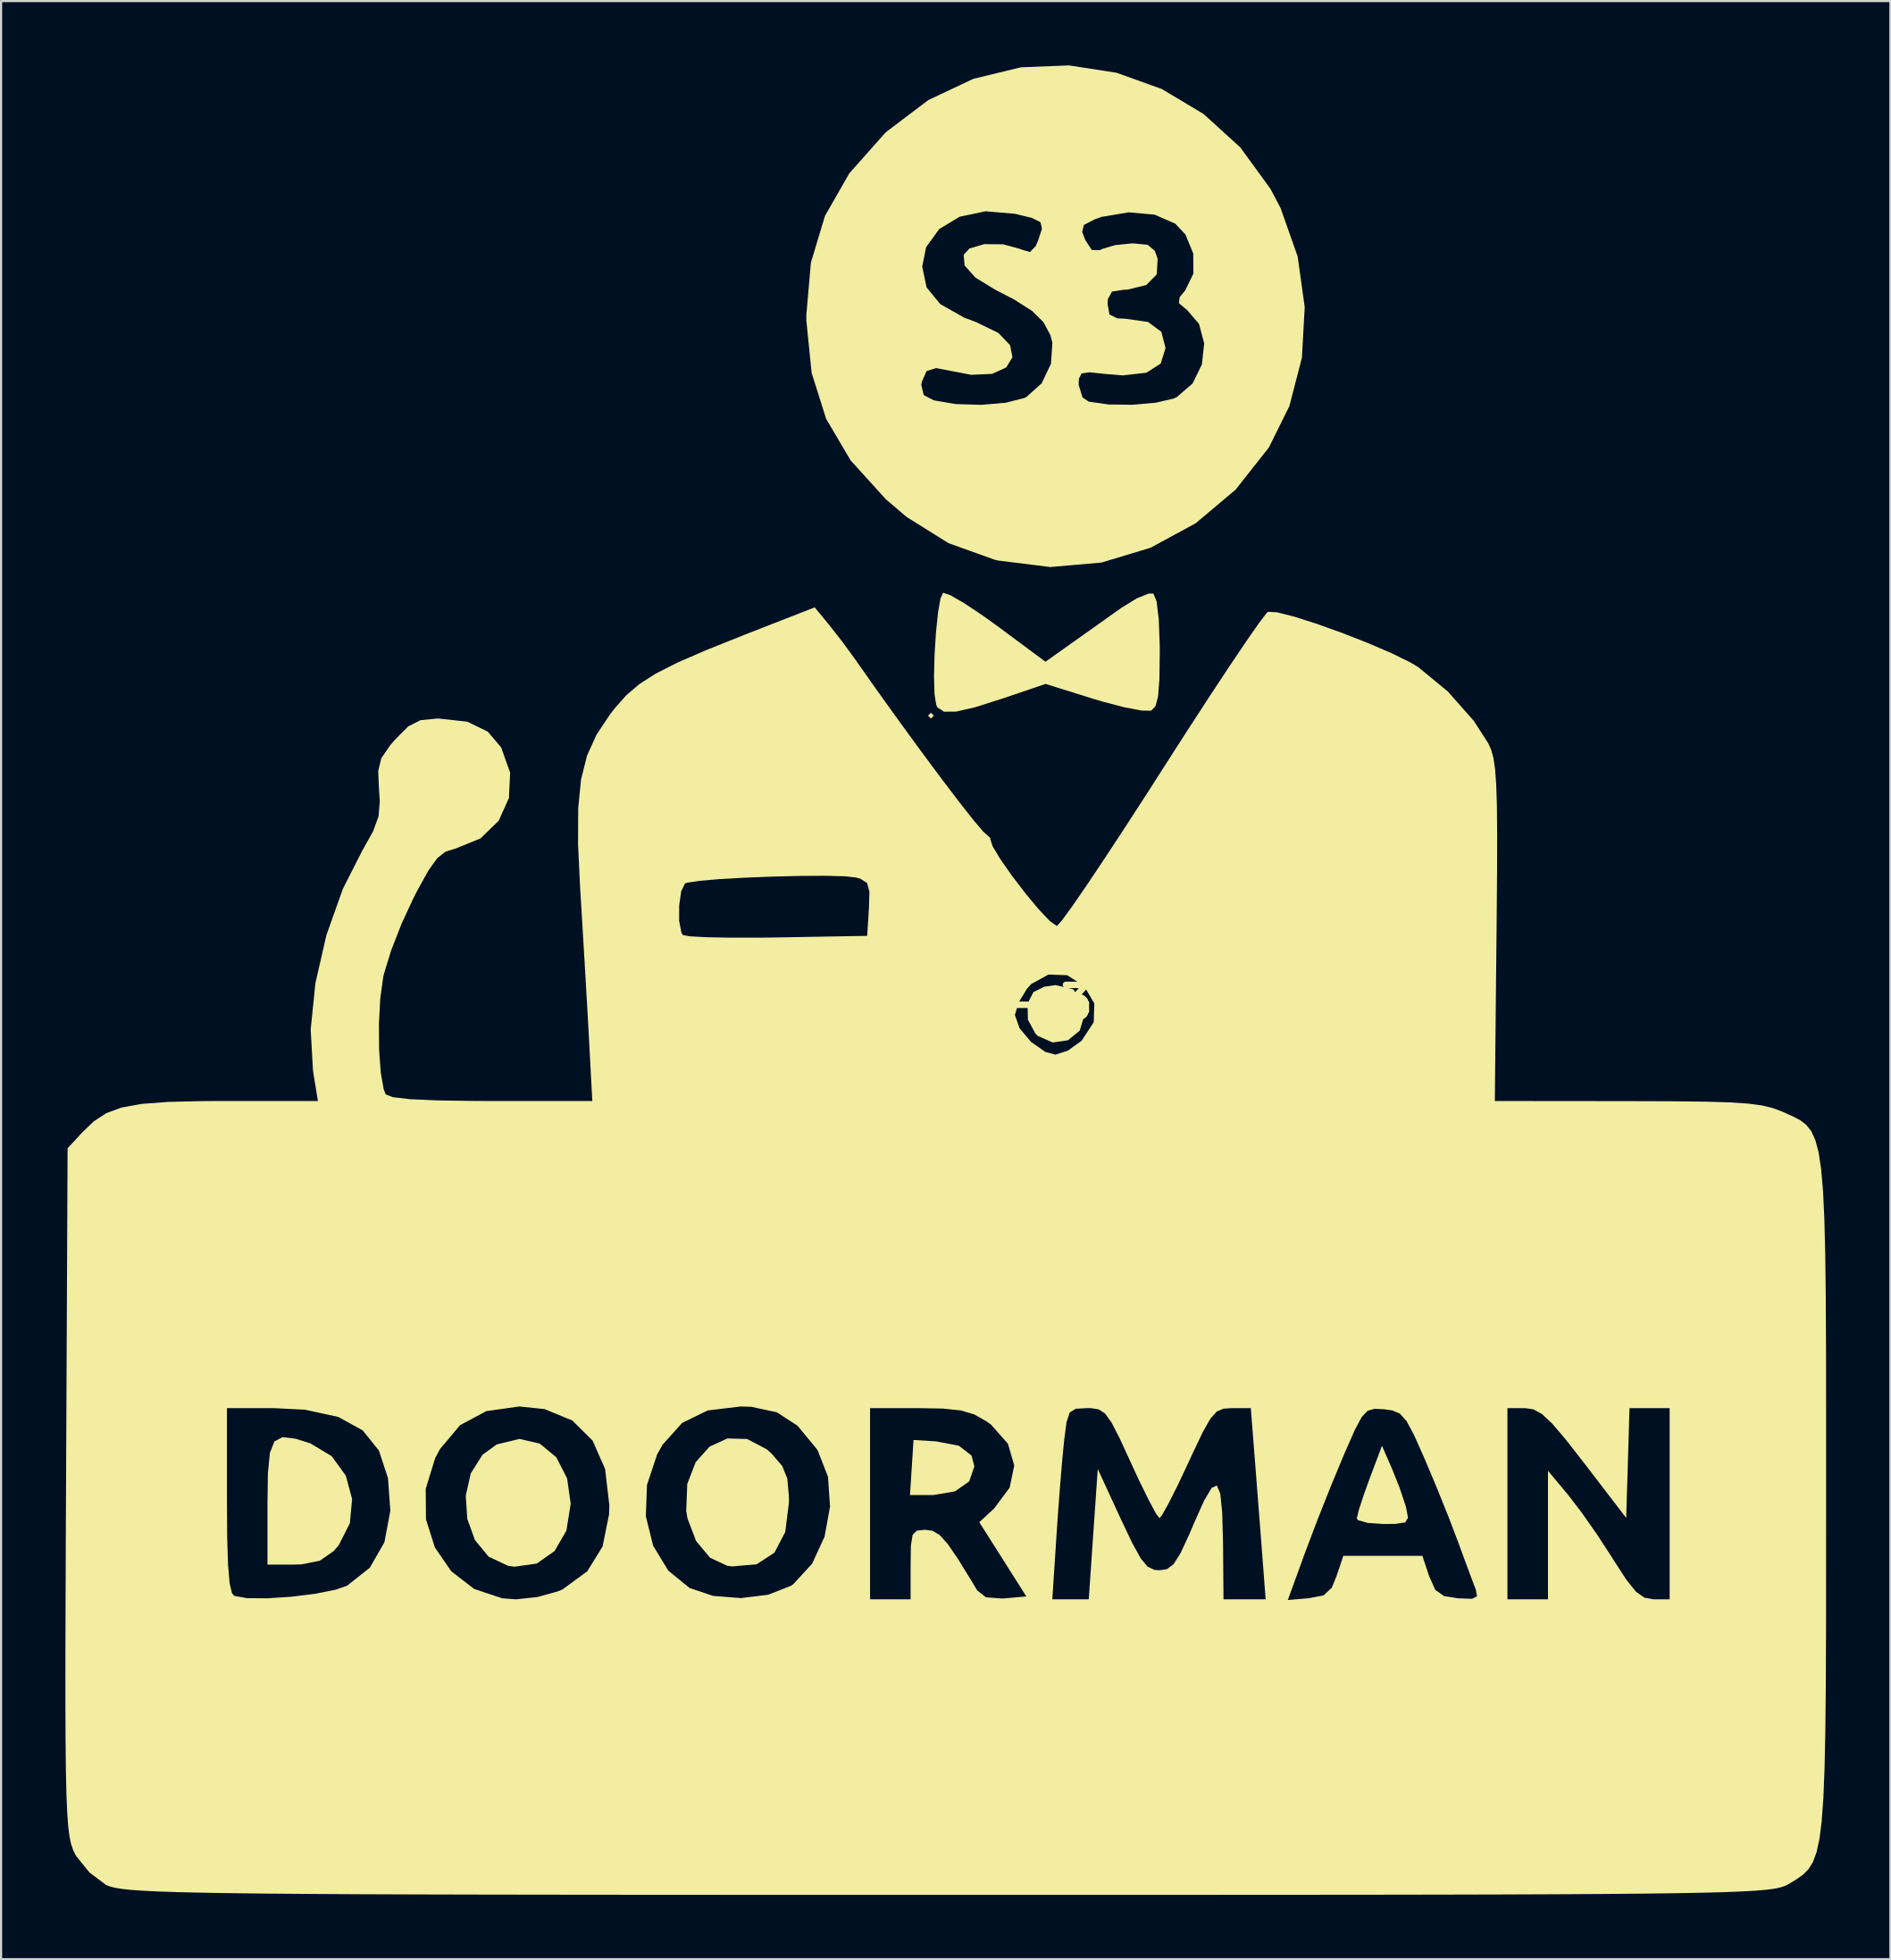
<source format=kicad_pcb>
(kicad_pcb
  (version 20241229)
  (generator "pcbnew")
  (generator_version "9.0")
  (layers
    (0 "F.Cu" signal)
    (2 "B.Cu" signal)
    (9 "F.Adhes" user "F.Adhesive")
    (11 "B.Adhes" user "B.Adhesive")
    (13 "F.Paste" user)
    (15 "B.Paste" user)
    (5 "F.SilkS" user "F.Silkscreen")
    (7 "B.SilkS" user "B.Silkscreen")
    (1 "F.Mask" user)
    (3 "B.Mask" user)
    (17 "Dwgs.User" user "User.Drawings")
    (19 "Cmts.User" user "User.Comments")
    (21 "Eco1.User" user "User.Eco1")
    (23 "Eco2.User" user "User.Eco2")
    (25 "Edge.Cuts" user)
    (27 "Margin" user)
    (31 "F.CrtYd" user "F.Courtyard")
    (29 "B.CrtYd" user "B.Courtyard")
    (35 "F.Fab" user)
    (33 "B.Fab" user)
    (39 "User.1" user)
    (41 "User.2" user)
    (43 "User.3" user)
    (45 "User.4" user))
  (footprint "doorman-s3"
    (layer "F.Cu")
    (at 40.769 43.697)
    (property "Reference" "doorman-s3" (at 0 0 0) (layer "F.SilkS") (effects (font (size 1.5 1.5) (thickness 0.3))))
    (attr board_only exclude_from_pos_files exclude_from_bom)
    (fp_poly (pts (xy -0.27 -13.376) (xy -0.405 -13.24) (xy -0.54 -13.376) (xy -0.405 -13.511)) (stroke (width 0) (type solid)) (fill yes) (layer "F.SilkS"))
    (fp_poly (pts (xy -0.168 20.465) (xy 0.899 20.669) (xy 1.49 21.126) (xy 1.621 21.631) (xy 1.38 22.333) (xy 0.713 22.798) (xy -0.296 22.968) (xy -0.304 22.968) (xy -1.381 22.968) (xy -1.298 21.685) (xy -1.216 20.401)) (stroke (width 0) (type solid)) (fill yes) (layer "F.SilkS"))
    (fp_poly (pts (xy 6.224 -0.619) (xy 6.667 -0.041) (xy 6.755 0.585) (xy 6.535 1.313) (xy 5.987 1.761) (xy 5.279 1.865) (xy 4.579 1.559) (xy 4.478 1.467) (xy 4.118 0.804) (xy 4.102 0.045) (xy 4.377 -0.486) (xy 4.883 -0.736) (xy 5.404 -0.811)) (stroke (width 0) (type solid)) (fill yes) (layer "F.SilkS"))
    (fp_poly (pts (xy 21.103 21.752) (xy 21.451 22.623) (xy 21.72 23.426) (xy 21.761 23.576) (xy 21.844 24.028) (xy 21.715 24.246) (xy 21.249 24.314) (xy 20.701 24.319) (xy 19.965 24.269) (xy 19.518 24.141) (xy 19.455 24.059) (xy 19.545 23.684) (xy 19.777 22.973) (xy 20.043 22.235) (xy 20.631 20.671)) (stroke (width 0) (type solid)) (fill yes) (layer "F.SilkS"))
    (fp_poly (pts (xy -30.046 20.339) (xy -29.344 20.559) (xy -28.348 21.158) (xy -27.69 22.066) (xy -27.399 23.152) (xy -27.502 24.282) (xy -28.029 25.321) (xy -28.265 25.587) (xy -28.902 26.03) (xy -29.755 26.201) (xy -30.116 26.211) (xy -31.345 26.211) (xy -31.345 23.365) (xy -31.325 21.949) (xy -31.233 21.006) (xy -31.021 20.468) (xy -30.642 20.268)) (stroke (width 0) (type solid)) (fill yes) (layer "F.SilkS"))
    (fp_poly (pts (xy -18.645 20.57) (xy -17.877 21.205) (xy -17.371 22.192) (xy -17.204 23.373) (xy -17.403 24.624) (xy -17.954 25.577) (xy -18.785 26.162) (xy -19.826 26.31) (xy -20.131 26.266) (xy -21.033 25.841) (xy -21.67 25.067) (xy -22.028 24.076) (xy -22.097 22.997) (xy -21.864 21.958) (xy -21.317 21.09) (xy -20.655 20.609) (xy -19.596 20.351)) (stroke (width 0) (type solid)) (fill yes) (layer "F.SilkS"))
    (fp_poly (pts (xy -8.978 20.354) (xy -8.054 20.839) (xy -7.815 21.056) (xy -7.337 21.617) (xy -7.101 22.2) (xy -7.028 23.034) (xy -7.026 23.316) (xy -7.198 24.691) (xy -7.704 25.656) (xy -8.532 26.196) (xy -9.667 26.297) (xy -9.897 26.269) (xy -10.703 25.893) (xy -11.356 25.112) (xy -11.758 24.058) (xy -11.816 23.705) (xy -11.768 22.452) (xy -11.376 21.434) (xy -10.723 20.708) (xy -9.896 20.329)) (stroke (width 0) (type solid)) (fill yes) (layer "F.SilkS"))
    (fp_poly (pts (xy 0.496 -18.996) (xy 1.148 -18.619) (xy 2.018 -18.04) (xy 2.702 -17.548) (xy 4.937 -15.89) (xy 6.117 -16.727) (xy 7.092 -17.419) (xy 8.141 -18.164) (xy 8.484 -18.407) (xy 9.198 -18.846) (xy 9.76 -19.071) (xy 9.971 -19.067) (xy 10.119 -18.706) (xy 10.22 -17.882) (xy 10.266 -16.671) (xy 10.268 -16.323) (xy 10.251 -15.073) (xy 10.188 -14.267) (xy 10.067 -13.812) (xy 9.873 -13.613) (xy 9.859 -13.607) (xy 9.427 -13.612) (xy 8.629 -13.763) (xy 7.609 -14.028) (xy 7.194 -14.152) (xy 4.94 -14.855) (xy 2.963 -14.183) (xy 1.653 -13.766) (xy 0.758 -13.562) (xy 0.201 -13.561) (xy -0.097 -13.757) (xy -0.155 -13.87) (xy -0.236 -14.374) (xy -0.26 -15.201) (xy -0.235 -16.206) (xy -0.17 -17.245) (xy -0.075 -18.171) (xy 0.042 -18.841) (xy 0.166 -19.106)) (stroke (width 0) (type solid)) (fill yes) (layer "F.SilkS"))
    (fp_poly (pts (xy 8.252 -43.355) (xy 10.367 -42.595) (xy 12.314 -41.429) (xy 14.025 -39.872) (xy 15.433 -37.937) (xy 15.902 -37.046) (xy 16.698 -34.789) (xy 17.028 -32.427) (xy 16.897 -30.065) (xy 16.311 -27.805) (xy 15.358 -25.883) (xy 13.807 -23.916) (xy 11.943 -22.347) (xy 9.834 -21.203) (xy 7.55 -20.514) (xy 5.158 -20.306) (xy 2.726 -20.609) (xy 2.567 -20.647) (xy 0.414 -21.42) (xy -1.547 -22.646) (xy -2.507 -23.466) (xy -4.149 -25.278) (xy -5.291 -27.216) (xy -5.79 -28.796) (xy -0.856 -28.796) (xy -0.739 -28.323) (xy -0.27 -28.079) (xy 0.749 -27.905) (xy 1.939 -27.87) (xy 3.078 -27.966) (xy 3.945 -28.186) (xy 4.044 -28.233) (xy 4.687 -28.807) (xy 6.485 -28.807) (xy 6.664 -28.215) (xy 6.958 -28.018) (xy 7.879 -27.886) (xy 8.994 -27.873) (xy 10.079 -27.968) (xy 10.91 -28.161) (xy 11.054 -28.224) (xy 11.798 -28.864) (xy 12.233 -29.754) (xy 12.339 -30.734) (xy 12.098 -31.643) (xy 11.549 -32.282) (xy 11.162 -32.608) (xy 11.199 -32.898) (xy 11.453 -33.202) (xy 11.835 -33.988) (xy 11.83 -34.924) (xy 11.466 -35.811) (xy 10.991 -36.317) (xy 10.03 -36.737) (xy 8.818 -36.846) (xy 7.554 -36.632) (xy 7.231 -36.518) (xy 6.728 -36.258) (xy 6.651 -35.929) (xy 6.796 -35.552) (xy 7.097 -35.092) (xy 7.461 -35.079) (xy 7.587 -35.139) (xy 8.186 -35.317) (xy 8.98 -35.398) (xy 9.029 -35.398) (xy 9.704 -35.332) (xy 10.037 -35.053) (xy 10.168 -34.68) (xy 10.128 -33.954) (xy 9.637 -33.455) (xy 8.759 -33.24) (xy 8.595 -33.236) (xy 8.04 -33.151) (xy 7.848 -32.799) (xy 7.836 -32.561) (xy 7.921 -32.082) (xy 8.284 -31.903) (xy 8.665 -31.885) (xy 9.721 -31.734) (xy 10.341 -31.274) (xy 10.538 -30.518) (xy 10.313 -29.794) (xy 9.645 -29.367) (xy 8.55 -29.242) (xy 7.769 -29.305) (xy 6.997 -29.387) (xy 6.62 -29.332) (xy 6.496 -29.085) (xy 6.485 -28.807) (xy 4.687 -28.807) (xy 4.76 -28.872) (xy 5.194 -29.788) (xy 5.261 -30.764) (xy 5.17 -31.114) (xy 4.847 -31.719) (xy 4.316 -32.246) (xy 3.466 -32.787) (xy 2.595 -33.236) (xy 1.67 -33.803) (xy 1.167 -34.365) (xy 1.122 -34.866) (xy 1.392 -35.159) (xy 2.083 -35.363) (xy 2.972 -35.354) (xy 3.764 -35.137) (xy 3.803 -35.117) (xy 4.213 -34.995) (xy 4.479 -35.266) (xy 4.604 -35.56) (xy 4.773 -36.081) (xy 4.706 -36.386) (xy 4.304 -36.585) (xy 3.515 -36.778) (xy 2.143 -36.895) (xy 0.935 -36.64) (xy -0.019 -36.065) (xy -0.629 -35.22) (xy -0.811 -34.313) (xy -0.607 -33.346) (xy 0.03 -32.568) (xy 1.143 -31.938) (xy 1.71 -31.724) (xy 2.739 -31.223) (xy 3.289 -30.65) (xy 3.398 -30.085) (xy 3.106 -29.612) (xy 2.451 -29.313) (xy 1.471 -29.27) (xy 0.634 -29.43) (xy -0.164 -29.583) (xy -0.606 -29.443) (xy -0.825 -28.953) (xy -0.856 -28.796) (xy -5.79 -28.796) (xy -5.968 -29.359) (xy -6.213 -31.785) (xy -6.215 -32.052) (xy -6.002 -34.502) (xy -5.344 -36.684) (xy -4.21 -38.665) (xy -2.57 -40.515) (xy -2.46 -40.618) (xy -0.525 -42.082) (xy 1.581 -43.074) (xy 3.791 -43.608) (xy 6.038 -43.697)) (stroke (width 0) (type solid)) (fill yes) (layer "F.SilkS"))
    (fp_poly (pts (xy -5.191 -17.657) (xy -4.573 -16.871) (xy -3.972 -16.051) (xy -3.966 -16.043) (xy -2.938 -14.582) (xy -1.884 -13.114) (xy -0.855 -11.705) (xy 0.101 -10.419) (xy 0.934 -9.325) (xy 1.594 -8.487) (xy 2.031 -7.972) (xy 2.188 -7.836) (xy 2.373 -7.663) (xy 2.364 -7.618) (xy 2.475 -7.278) (xy 2.847 -6.663) (xy 3.389 -5.891) (xy 4.012 -5.079) (xy 4.624 -4.344) (xy 5.134 -3.804) (xy 5.453 -3.576) (xy 5.482 -3.577) (xy 5.702 -3.823) (xy 6.174 -4.47) (xy 6.858 -5.464) (xy 7.717 -6.748) (xy 8.715 -8.267) (xy 9.814 -9.966) (xy 10.403 -10.888) (xy 11.539 -12.658) (xy 12.593 -14.278) (xy 13.527 -15.693) (xy 14.305 -16.847) (xy 14.888 -17.683) (xy 15.24 -18.146) (xy 15.319 -18.22) (xy 15.744 -18.194) (xy 16.542 -17.991) (xy 17.594 -17.655) (xy 18.78 -17.23) (xy 19.981 -16.76) (xy 21.077 -16.289) (xy 21.948 -15.862) (xy 22.318 -15.642) (xy 23.703 -14.502) (xy 24.918 -13.126) (xy 25.587 -12.088) (xy 25.722 -11.787) (xy 25.828 -11.409) (xy 25.905 -10.891) (xy 25.958 -10.168) (xy 25.99 -9.177) (xy 26.002 -7.853) (xy 25.998 -6.134) (xy 25.98 -3.954) (xy 25.974 -3.31) (xy 25.894 4.594) (xy 32.065 4.6) (xy 34.087 4.606) (xy 35.649 4.623) (xy 36.826 4.657) (xy 37.7 4.714) (xy 38.347 4.8) (xy 38.846 4.92) (xy 39.277 5.08) (xy 39.394 5.131) (xy 39.788 5.309) (xy 40.125 5.484) (xy 40.41 5.699) (xy 40.646 5.993) (xy 40.839 6.408) (xy 40.993 6.985) (xy 41.111 7.766) (xy 41.2 8.791) (xy 41.262 10.102) (xy 41.303 11.739) (xy 41.327 13.744) (xy 41.339 16.158) (xy 41.343 19.023) (xy 41.343 22.378) (xy 41.343 23.103) (xy 41.342 26.545) (xy 41.339 29.488) (xy 41.328 31.974) (xy 41.306 34.044) (xy 41.27 35.741) (xy 41.215 37.107) (xy 41.137 38.182) (xy 41.032 39.009) (xy 40.897 39.629) (xy 40.728 40.084) (xy 40.521 40.416) (xy 40.272 40.666) (xy 39.976 40.877) (xy 39.67 41.065) (xy 39.539 41.141) (xy 39.389 41.209) (xy 39.193 41.27) (xy 38.923 41.325) (xy 38.554 41.374) (xy 38.059 41.416) (xy 37.409 41.453) (xy 36.58 41.486) (xy 35.544 41.513) (xy 34.274 41.536) (xy 32.743 41.555) (xy 30.925 41.571) (xy 28.793 41.583) (xy 26.32 41.593) (xy 23.479 41.6) (xy 20.244 41.605) (xy 16.587 41.608) (xy 12.482 41.61) (xy 7.902 41.611) (xy 2.82 41.611) (xy 0.405 41.611) (xy -4.923 41.611) (xy -9.737 41.61) (xy -14.065 41.608) (xy -17.932 41.604) (xy -21.365 41.599) (xy -24.392 41.592) (xy -27.038 41.582) (xy -29.331 41.569) (xy -31.296 41.554) (xy -32.962 41.535) (xy -34.354 41.512) (xy -35.499 41.486) (xy -36.424 41.455) (xy -37.155 41.419) (xy -37.72 41.379) (xy -38.145 41.333) (xy -38.456 41.281) (xy -38.681 41.224) (xy -38.845 41.16) (xy -38.888 41.139) (xy -39.646 40.568) (xy -40.266 39.804) (xy -40.312 39.721) (xy -40.417 39.5) (xy -40.506 39.236) (xy -40.579 38.885) (xy -40.639 38.405) (xy -40.686 37.752) (xy -40.722 36.885) (xy -40.747 35.759) (xy -40.762 34.332) (xy -40.769 32.56) (xy -40.768 30.402) (xy -40.761 27.863) (xy 16.239 27.863) (xy 17.217 27.78) (xy 17.907 27.648) (xy 18.289 27.29) (xy 18.511 26.751) (xy 18.828 25.805) (xy 20.671 25.805) (xy 22.515 25.805) (xy 22.831 26.751) (xy 23.116 27.39) (xy 23.532 27.682) (xy 24.175 27.783) (xy 24.83 27.807) (xy 25.067 27.69) (xy 25.007 27.377) (xy 24.817 26.88) (xy 24.511 26.056) (xy 24.171 25.13) (xy 23.739 23.998) (xy 23.195 22.646) (xy 22.649 21.346) (xy 22.591 21.212) (xy 22.125 20.168) (xy 21.78 19.523) (xy 21.471 19.174) (xy 21.114 19.021) (xy 20.727 18.968) (xy 20.282 18.947) (xy 19.961 19.039) (xy 19.682 19.335) (xy 19.367 19.928) (xy 18.933 20.91) (xy 18.839 21.13) (xy 18.26 22.522) (xy 17.638 24.087) (xy 17.098 25.508) (xy 17.058 25.618) (xy 16.239 27.863) (xy -40.761 27.863) (xy -40.761 27.813) (xy -40.749 24.752) (xy -40.74 22.787) (xy -40.722 18.915) (xy -33.236 18.915) (xy -33.236 23.216) (xy -33.224 24.969) (xy -33.183 26.237) (xy -33.111 27.075) (xy -33.003 27.537) (xy -32.898 27.669) (xy -32.308 27.776) (xy -31.365 27.784) (xy -30.244 27.712) (xy -29.121 27.573) (xy -28.171 27.384) (xy -27.632 27.196) (xy -26.57 26.355) (xy -25.891 25.168) (xy -25.614 23.693) (xy -25.689 22.682) (xy -23.966 22.682) (xy -23.953 24.102) (xy -23.538 25.413) (xy -22.772 26.524) (xy -21.709 27.344) (xy -20.399 27.783) (xy -19.753 27.831) (xy -18.745 27.722) (xy -17.779 27.452) (xy -17.569 27.359) (xy -16.432 26.525) (xy -15.718 25.368) (xy -15.433 23.96) (xy -13.699 23.96) (xy -13.359 25.331) (xy -12.654 26.493) (xy -11.659 27.303) (xy -10.562 27.671) (xy -9.269 27.773) (xy -7.994 27.617) (xy -6.953 27.21) (xy -6.819 27.12) (xy -5.944 26.168) (xy -5.365 24.909) (xy -5.109 23.504) (xy -5.206 22.113) (xy -5.68 20.898) (xy -5.742 20.804) (xy -6.632 19.73) (xy -7.594 19.108) (xy -8.495 18.915) (xy -3.243 18.915) (xy -3.243 23.373) (xy -3.243 27.832) (xy -2.297 27.832) (xy -1.351 27.832) (xy 5.257 27.832) (xy 6.107 27.832) (xy 6.956 27.832) (xy 7.166 24.792) (xy 7.376 21.752) (xy 8.466 24.116) (xy 8.994 25.225) (xy 9.383 25.925) (xy 9.701 26.306) (xy 10.017 26.458) (xy 10.25 26.477) (xy 10.61 26.42) (xy 10.914 26.189) (xy 11.232 25.687) (xy 11.636 24.819) (xy 11.87 24.27) (xy 12.338 23.223) (xy 12.686 22.635) (xy 12.931 22.523) (xy 13.09 22.902) (xy 13.18 23.788) (xy 13.219 25.195) (xy 13.221 25.468) (xy 13.24 27.832) (xy 14.223 27.832) (xy 15.206 27.832) (xy 15.025 25.468) (xy 14.914 24.033) (xy 14.793 22.473) (xy 14.686 21.106) (xy 14.678 21.009) (xy 14.514 18.915) (xy 26.481 18.915) (xy 26.481 23.373) (xy 26.481 27.832) (xy 27.427 27.832) (xy 28.372 27.832) (xy 28.372 24.834) (xy 28.372 21.836) (xy 29.313 22.962) (xy 29.931 23.767) (xy 30.668 24.818) (xy 31.37 25.897) (xy 31.407 25.958) (xy 32.024 26.913) (xy 32.482 27.481) (xy 32.875 27.756) (xy 33.297 27.83) (xy 33.304 27.83) (xy 34.047 27.832) (xy 34.047 23.373) (xy 34.047 18.915) (xy 33.111 18.915) (xy 32.175 18.915) (xy 32.098 21.475) (xy 32.02 24.035) (xy 30.057 21.475) (xy 29.192 20.367) (xy 28.562 19.629) (xy 28.091 19.189) (xy 27.701 18.974) (xy 27.316 18.915) (xy 27.288 18.915) (xy 26.481 18.915) (xy 14.514 18.915) (xy 13.641 18.915) (xy 13.24 18.94) (xy 12.926 19.073) (xy 12.63 19.403) (xy 12.282 20.018) (xy 11.81 21.006) (xy 11.591 21.482) (xy 11.091 22.54) (xy 10.664 23.387) (xy 10.364 23.918) (xy 10.254 24.049) (xy 10.084 23.819) (xy 9.75 23.197) (xy 9.303 22.285) (xy 8.931 21.482) (xy 8.403 20.334) (xy 8.022 19.592) (xy 7.718 19.168) (xy 7.421 18.972) (xy 7.059 18.917) (xy 6.875 18.915) (xy 6.354 18.943) (xy 6.07 19.116) (xy 5.92 19.571) (xy 5.818 20.334) (xy 5.731 21.206) (xy 5.627 22.432) (xy 5.521 23.826) (xy 5.455 24.792) (xy 5.257 27.832) (xy -1.351 27.832) (xy -1.351 26.211) (xy -1.337 25.312) (xy -1.259 24.827) (xy -1.064 24.629) (xy -0.698 24.589) (xy -0.67 24.589) (xy -0.326 24.637) (xy 0.002 24.832) (xy 0.379 25.25) (xy 0.871 25.968) (xy 1.543 27.062) (xy 1.756 27.419) (xy 2.166 27.738) (xy 2.927 27.793) (xy 3.036 27.785) (xy 4.045 27.697) (xy 2.949 25.966) (xy 1.852 24.235) (xy 2.544 23.594) (xy 3.268 22.622) (xy 3.481 21.589) (xy 3.19 20.582) (xy 2.405 19.69) (xy 2.186 19.531) (xy 1.626 19.213) (xy 1.007 19.025) (xy 0.168 18.936) (xy -0.986 18.915) (xy -3.243 18.915) (xy -8.495 18.915) (xy -8.778 18.854) (xy -9.28 18.838) (xy -10.815 19.024) (xy -12.006 19.604) (xy -12.912 20.613) (xy -13.173 21.072) (xy -13.647 22.5) (xy -13.699 23.96) (xy -15.433 23.96) (xy -15.415 23.87) (xy -15.402 23.438) (xy -15.6 21.753) (xy -16.182 20.431) (xy -17.129 19.493) (xy -18.421 18.96) (xy -19.603 18.838) (xy -21.137 19.054) (xy -22.362 19.71) (xy -23.297 20.82) (xy -23.524 21.244) (xy -23.966 22.682) (xy -25.689 22.682) (xy -25.727 22.173) (xy -26.147 20.895) (xy -26.905 19.953) (xy -28.041 19.326) (xy -29.589 18.989) (xy -31.066 18.915) (xy -33.236 18.915) (xy -40.722 18.915) (xy -40.667 6.799) (xy -39.991 6.067) (xy -39.453 5.549) (xy -38.872 5.166) (xy -38.157 4.9) (xy -37.219 4.729) (xy -35.967 4.635) (xy -34.311 4.597) (xy -33.285 4.594) (xy -28.993 4.594) (xy -29.223 3.175) (xy -29.33 1.258) (xy -29.11 -0.898) (xy -28.598 -3.135) (xy -27.831 -5.293) (xy -26.933 -7.065) (xy -26.42 -7.981) (xy -26.165 -8.68) (xy -26.106 -9.383) (xy -26.143 -9.926) (xy -26.182 -10.791) (xy -26.036 -11.392) (xy -25.619 -11.998) (xy -25.402 -12.251) (xy -24.781 -12.874) (xy -24.21 -13.164) (xy -23.444 -13.24) (xy -23.358 -13.24) (xy -22.028 -13.095) (xy -21.071 -12.63) (xy -20.446 -11.892) (xy -20.028 -10.714) (xy -20.084 -9.537) (xy -20.561 -8.477) (xy -21.407 -7.652) (xy -22.567 -7.18) (xy -22.595 -7.174) (xy -23.041 -7.033) (xy -23.423 -6.734) (xy -23.827 -6.175) (xy -24.338 -5.255) (xy -24.529 -4.886) (xy -25.088 -3.682) (xy -25.578 -2.426) (xy -25.908 -1.354) (xy -25.947 -1.182) (xy -26.085 -0.189) (xy -26.147 0.992) (xy -26.139 2.2) (xy -26.063 3.274) (xy -25.923 4.054) (xy -25.828 4.287) (xy -25.508 4.414) (xy -24.714 4.507) (xy -23.428 4.566) (xy -21.628 4.592) (xy -20.917 4.594) (xy -16.196 4.594) (xy -16.351 1.689) (xy -16.412 0.589) (xy 3.513 0.589) (xy 3.733 1.207) (xy 4.268 1.84) (xy 4.931 2.304) (xy 5.404 2.432) (xy 5.977 2.248) (xy 6.597 1.803) (xy 6.632 1.769) (xy 7.188 0.919) (xy 7.217 0.046) (xy 6.745 -0.76) (xy 5.951 -1.272) (xy 5.076 -1.303) (xy 4.274 -0.86) (xy 4.073 -0.639) (xy 3.681 0.008) (xy 3.513 0.58) (xy 3.513 0.589) (xy -16.412 0.589) (xy -16.429 0.293) (xy -16.529 -1.434) (xy -16.639 -3.286) (xy -16.67 -3.805) (xy -12.146 -3.805) (xy -12.042 -3.259) (xy -11.973 -3.146) (xy -11.651 -3.086) (xy -10.887 -3.044) (xy -9.776 -3.022) (xy -8.417 -3.022) (xy -7.582 -3.033) (xy -3.378 -3.107) (xy -3.296 -4.382) (xy -3.273 -5.165) (xy -3.382 -5.573) (xy -3.691 -5.77) (xy -3.901 -5.829) (xy -4.429 -5.886) (xy -5.338 -5.909) (xy -6.501 -5.902) (xy -7.795 -5.871) (xy -9.094 -5.819) (xy -10.274 -5.752) (xy -11.21 -5.672) (xy -11.778 -5.585) (xy -11.871 -5.551) (xy -12.05 -5.188) (xy -12.145 -4.527) (xy -12.146 -3.805) (xy -16.67 -3.805) (xy -16.747 -5.055) (xy -16.76 -5.269) (xy -16.861 -7.38) (xy -16.854 -9.058) (xy -16.721 -10.402) (xy -16.442 -11.514) (xy -15.998 -12.492) (xy -15.369 -13.436) (xy -15.124 -13.751) (xy -14.602 -14.335) (xy -14.003 -14.846) (xy -13.24 -15.335) (xy -12.226 -15.849) (xy -10.875 -16.436) (xy -9.099 -17.147) (xy -9.061 -17.162) (xy -5.826 -18.425)) (stroke (width 0) (type solid)) (fill yes) (layer "F.SilkS")))
  (gr_rect
    (start -3 -3)
    (end 85.111 88.308)
    (stroke (width 0.1) (type default))
    (fill no)
    (layer "Edge.Cuts")))
</source>
